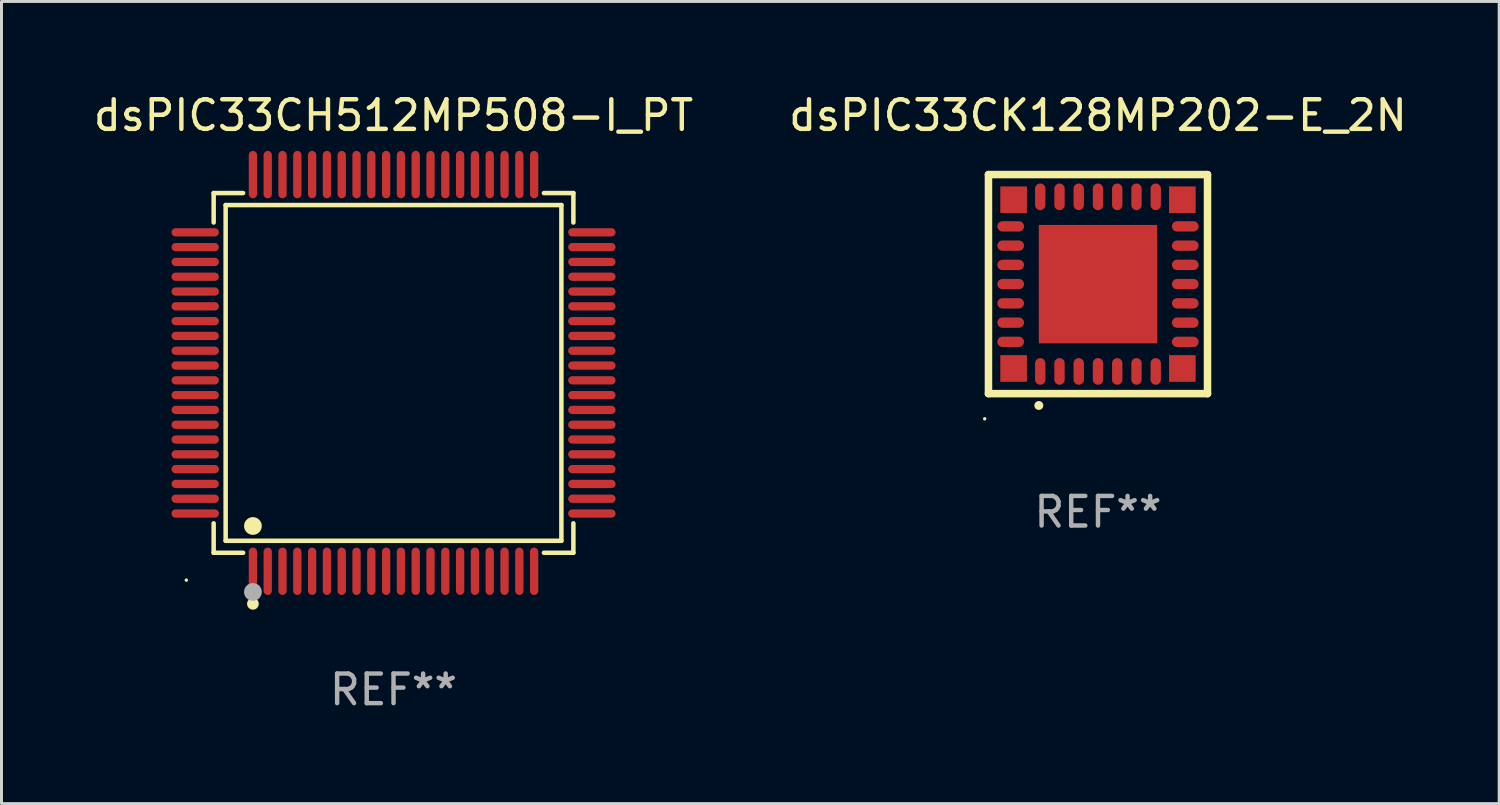
<source format=kicad_pcb>
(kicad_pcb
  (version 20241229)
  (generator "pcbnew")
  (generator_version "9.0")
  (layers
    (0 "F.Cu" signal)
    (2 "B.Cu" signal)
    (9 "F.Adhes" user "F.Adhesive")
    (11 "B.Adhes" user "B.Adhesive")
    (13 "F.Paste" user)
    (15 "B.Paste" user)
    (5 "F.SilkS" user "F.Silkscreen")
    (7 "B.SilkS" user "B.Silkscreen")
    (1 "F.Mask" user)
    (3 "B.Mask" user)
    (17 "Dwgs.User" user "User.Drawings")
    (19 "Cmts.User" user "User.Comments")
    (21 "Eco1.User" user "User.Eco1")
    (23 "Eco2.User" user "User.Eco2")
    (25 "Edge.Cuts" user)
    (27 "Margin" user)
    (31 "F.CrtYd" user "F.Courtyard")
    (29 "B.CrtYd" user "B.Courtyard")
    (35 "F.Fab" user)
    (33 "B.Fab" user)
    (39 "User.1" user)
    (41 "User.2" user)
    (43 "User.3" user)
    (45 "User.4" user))
  (footprint "dsPIC33CH512MP508-I_PT"
    (layer "F.Cu")
    (at 10.244 9.548)
    (property "Reference" "dsPIC33CH512MP508-I_PT" (at 0 -8.7 0) (layer "F.SilkS") (effects (font (size 1 1) (thickness 0.15))))
    (attr through_hole)
    (fp_line (start -6.076 -6.076) (end -5.081 -6.076) (stroke (width 0.152) (type solid)) (layer "F.SilkS"))
    (fp_line (start -6.076 -5.081) (end -6.076 -6.076) (stroke (width 0.152) (type solid)) (layer "F.SilkS"))
    (fp_line (start -6.076 5.081) (end -6.076 6.076) (stroke (width 0.152) (type solid)) (layer "F.SilkS"))
    (fp_line (start -6.076 6.076) (end -5.081 6.076) (stroke (width 0.152) (type solid)) (layer "F.SilkS"))
    (fp_line (start -5.671 -5.671) (end 5.671 -5.671) (stroke (width 0.152) (type solid)) (layer "F.SilkS"))
    (fp_line (start -5.671 5.671) (end -5.671 -5.671) (stroke (width 0.152) (type solid)) (layer "F.SilkS"))
    (fp_line (start 5.671 -5.671) (end 5.671 5.671) (stroke (width 0.152) (type solid)) (layer "F.SilkS"))
    (fp_line (start 5.671 5.671) (end -5.671 5.671) (stroke (width 0.152) (type solid)) (layer "F.SilkS"))
    (fp_line (start 6.076 -6.076) (end 5.081 -6.076) (stroke (width 0.152) (type solid)) (layer "F.SilkS"))
    (fp_line (start 6.076 -5.081) (end 6.076 -6.076) (stroke (width 0.152) (type solid)) (layer "F.SilkS"))
    (fp_line (start 6.076 5.081) (end 6.076 6.076) (stroke (width 0.152) (type solid)) (layer "F.SilkS"))
    (fp_line (start 6.076 6.076) (end 5.081 6.076) (stroke (width 0.152) (type solid)) (layer "F.SilkS"))
    (fp_circle (center -7 7) (end -6.97 7) (stroke (width 0.06) (type solid)) (fill no) (layer "F.SilkS"))
    (fp_circle (center -4.75 5.171) (end -4.6 5.171) (stroke (width 0.3) (type solid)) (fill no) (layer "F.SilkS"))
    (fp_circle (center -4.75 7.8) (end -4.65 7.8) (stroke (width 0.2) (type solid)) (fill no) (layer "F.SilkS"))
    (fp_circle (center -4.75 7.4) (end -4.6 7.4) (stroke (width 0.3) (type solid)) (fill no) (layer "F.Fab"))
    (fp_text user "REF**" (at 0 10.7 0) (layer "F.Fab") (effects (font (size 1 1) (thickness 0.15))))
    (pad "1" smd oval (at -4.75 6.7) (size 0.28 1.6) (layers "F.Cu" "F.Mask" "F.Paste"))
    (pad "2" smd oval (at -4.25 6.7) (size 0.28 1.6) (layers "F.Cu" "F.Mask" "F.Paste"))
    (pad "3" smd oval (at -3.75 6.7) (size 0.28 1.6) (layers "F.Cu" "F.Mask" "F.Paste"))
    (pad "4" smd oval (at -3.25 6.7) (size 0.28 1.6) (layers "F.Cu" "F.Mask" "F.Paste"))
    (pad "5" smd oval (at -2.75 6.7) (size 0.28 1.6) (layers "F.Cu" "F.Mask" "F.Paste"))
    (pad "6" smd oval (at -2.25 6.7) (size 0.28 1.6) (layers "F.Cu" "F.Mask" "F.Paste"))
    (pad "7" smd oval (at -1.75 6.7) (size 0.28 1.6) (layers "F.Cu" "F.Mask" "F.Paste"))
    (pad "8" smd oval (at -1.25 6.7) (size 0.28 1.6) (layers "F.Cu" "F.Mask" "F.Paste"))
    (pad "9" smd oval (at -0.75 6.7) (size 0.28 1.6) (layers "F.Cu" "F.Mask" "F.Paste"))
    (pad "10" smd oval (at -0.25 6.7) (size 0.28 1.6) (layers "F.Cu" "F.Mask" "F.Paste"))
    (pad "11" smd oval (at 0.25 6.7) (size 0.28 1.6) (layers "F.Cu" "F.Mask" "F.Paste"))
    (pad "12" smd oval (at 0.75 6.7) (size 0.28 1.6) (layers "F.Cu" "F.Mask" "F.Paste"))
    (pad "13" smd oval (at 1.25 6.7) (size 0.28 1.6) (layers "F.Cu" "F.Mask" "F.Paste"))
    (pad "14" smd oval (at 1.75 6.7) (size 0.28 1.6) (layers "F.Cu" "F.Mask" "F.Paste"))
    (pad "15" smd oval (at 2.25 6.7) (size 0.28 1.6) (layers "F.Cu" "F.Mask" "F.Paste"))
    (pad "16" smd oval (at 2.75 6.7) (size 0.28 1.6) (layers "F.Cu" "F.Mask" "F.Paste"))
    (pad "17" smd oval (at 3.25 6.7) (size 0.28 1.6) (layers "F.Cu" "F.Mask" "F.Paste"))
    (pad "18" smd oval (at 3.75 6.7) (size 0.28 1.6) (layers "F.Cu" "F.Mask" "F.Paste"))
    (pad "19" smd oval (at 4.25 6.7) (size 0.28 1.6) (layers "F.Cu" "F.Mask" "F.Paste"))
    (pad "20" smd oval (at 4.75 6.7) (size 0.28 1.6) (layers "F.Cu" "F.Mask" "F.Paste"))
    (pad "21" smd oval (at 6.7 4.75) (size 1.6 0.28) (layers "F.Cu" "F.Mask" "F.Paste"))
    (pad "22" smd oval (at 6.7 4.25) (size 1.6 0.28) (layers "F.Cu" "F.Mask" "F.Paste"))
    (pad "23" smd oval (at 6.7 3.75) (size 1.6 0.28) (layers "F.Cu" "F.Mask" "F.Paste"))
    (pad "24" smd oval (at 6.7 3.25) (size 1.6 0.28) (layers "F.Cu" "F.Mask" "F.Paste"))
    (pad "25" smd oval (at 6.7 2.75) (size 1.6 0.28) (layers "F.Cu" "F.Mask" "F.Paste"))
    (pad "26" smd oval (at 6.7 2.25) (size 1.6 0.28) (layers "F.Cu" "F.Mask" "F.Paste"))
    (pad "27" smd oval (at 6.7 1.75) (size 1.6 0.28) (layers "F.Cu" "F.Mask" "F.Paste"))
    (pad "28" smd oval (at 6.7 1.25) (size 1.6 0.28) (layers "F.Cu" "F.Mask" "F.Paste"))
    (pad "29" smd oval (at 6.7 0.75) (size 1.6 0.28) (layers "F.Cu" "F.Mask" "F.Paste"))
    (pad "30" smd oval (at 6.7 0.25) (size 1.6 0.28) (layers "F.Cu" "F.Mask" "F.Paste"))
    (pad "31" smd oval (at 6.7 -0.25) (size 1.6 0.28) (layers "F.Cu" "F.Mask" "F.Paste"))
    (pad "32" smd oval (at 6.7 -0.75) (size 1.6 0.28) (layers "F.Cu" "F.Mask" "F.Paste"))
    (pad "33" smd oval (at 6.7 -1.25) (size 1.6 0.28) (layers "F.Cu" "F.Mask" "F.Paste"))
    (pad "34" smd oval (at 6.7 -1.75) (size 1.6 0.28) (layers "F.Cu" "F.Mask" "F.Paste"))
    (pad "35" smd oval (at 6.7 -2.25) (size 1.6 0.28) (layers "F.Cu" "F.Mask" "F.Paste"))
    (pad "36" smd oval (at 6.7 -2.75) (size 1.6 0.28) (layers "F.Cu" "F.Mask" "F.Paste"))
    (pad "37" smd oval (at 6.7 -3.25) (size 1.6 0.28) (layers "F.Cu" "F.Mask" "F.Paste"))
    (pad "38" smd oval (at 6.7 -3.75) (size 1.6 0.28) (layers "F.Cu" "F.Mask" "F.Paste"))
    (pad "39" smd oval (at 6.7 -4.25) (size 1.6 0.28) (layers "F.Cu" "F.Mask" "F.Paste"))
    (pad "40" smd oval (at 6.7 -4.75) (size 1.6 0.28) (layers "F.Cu" "F.Mask" "F.Paste"))
    (pad "41" smd oval (at 4.75 -6.7) (size 0.28 1.6) (layers "F.Cu" "F.Mask" "F.Paste"))
    (pad "42" smd oval (at 4.25 -6.7) (size 0.28 1.6) (layers "F.Cu" "F.Mask" "F.Paste"))
    (pad "43" smd oval (at 3.75 -6.7) (size 0.28 1.6) (layers "F.Cu" "F.Mask" "F.Paste"))
    (pad "44" smd oval (at 3.25 -6.7) (size 0.28 1.6) (layers "F.Cu" "F.Mask" "F.Paste"))
    (pad "45" smd oval (at 2.75 -6.7) (size 0.28 1.6) (layers "F.Cu" "F.Mask" "F.Paste"))
    (pad "46" smd oval (at 2.25 -6.7) (size 0.28 1.6) (layers "F.Cu" "F.Mask" "F.Paste"))
    (pad "47" smd oval (at 1.75 -6.7) (size 0.28 1.6) (layers "F.Cu" "F.Mask" "F.Paste"))
    (pad "48" smd oval (at 1.25 -6.7) (size 0.28 1.6) (layers "F.Cu" "F.Mask" "F.Paste"))
    (pad "49" smd oval (at 0.75 -6.7) (size 0.28 1.6) (layers "F.Cu" "F.Mask" "F.Paste"))
    (pad "50" smd oval (at 0.25 -6.7) (size 0.28 1.6) (layers "F.Cu" "F.Mask" "F.Paste"))
    (pad "51" smd oval (at -0.25 -6.7) (size 0.28 1.6) (layers "F.Cu" "F.Mask" "F.Paste"))
    (pad "52" smd oval (at -0.75 -6.7) (size 0.28 1.6) (layers "F.Cu" "F.Mask" "F.Paste"))
    (pad "53" smd oval (at -1.25 -6.7) (size 0.28 1.6) (layers "F.Cu" "F.Mask" "F.Paste"))
    (pad "54" smd oval (at -1.75 -6.7) (size 0.28 1.6) (layers "F.Cu" "F.Mask" "F.Paste"))
    (pad "55" smd oval (at -2.25 -6.7) (size 0.28 1.6) (layers "F.Cu" "F.Mask" "F.Paste"))
    (pad "56" smd oval (at -2.75 -6.7) (size 0.28 1.6) (layers "F.Cu" "F.Mask" "F.Paste"))
    (pad "57" smd oval (at -3.25 -6.7) (size 0.28 1.6) (layers "F.Cu" "F.Mask" "F.Paste"))
    (pad "58" smd oval (at -3.75 -6.7) (size 0.28 1.6) (layers "F.Cu" "F.Mask" "F.Paste"))
    (pad "59" smd oval (at -4.25 -6.7) (size 0.28 1.6) (layers "F.Cu" "F.Mask" "F.Paste"))
    (pad "60" smd oval (at -4.75 -6.7) (size 0.28 1.6) (layers "F.Cu" "F.Mask" "F.Paste"))
    (pad "61" smd oval (at -6.7 -4.75) (size 1.6 0.28) (layers "F.Cu" "F.Mask" "F.Paste"))
    (pad "62" smd oval (at -6.7 -4.25) (size 1.6 0.28) (layers "F.Cu" "F.Mask" "F.Paste"))
    (pad "63" smd oval (at -6.7 -3.75) (size 1.6 0.28) (layers "F.Cu" "F.Mask" "F.Paste"))
    (pad "64" smd oval (at -6.7 -3.25) (size 1.6 0.28) (layers "F.Cu" "F.Mask" "F.Paste"))
    (pad "65" smd oval (at -6.7 -2.75) (size 1.6 0.28) (layers "F.Cu" "F.Mask" "F.Paste"))
    (pad "66" smd oval (at -6.7 -2.25) (size 1.6 0.28) (layers "F.Cu" "F.Mask" "F.Paste"))
    (pad "67" smd oval (at -6.7 -1.75) (size 1.6 0.28) (layers "F.Cu" "F.Mask" "F.Paste"))
    (pad "68" smd oval (at -6.7 -1.25) (size 1.6 0.28) (layers "F.Cu" "F.Mask" "F.Paste"))
    (pad "69" smd oval (at -6.7 -0.75) (size 1.6 0.28) (layers "F.Cu" "F.Mask" "F.Paste"))
    (pad "70" smd oval (at -6.7 -0.25) (size 1.6 0.28) (layers "F.Cu" "F.Mask" "F.Paste"))
    (pad "71" smd oval (at -6.7 0.25) (size 1.6 0.28) (layers "F.Cu" "F.Mask" "F.Paste"))
    (pad "72" smd oval (at -6.7 0.75) (size 1.6 0.28) (layers "F.Cu" "F.Mask" "F.Paste"))
    (pad "73" smd oval (at -6.7 1.25) (size 1.6 0.28) (layers "F.Cu" "F.Mask" "F.Paste"))
    (pad "74" smd oval (at -6.7 1.75) (size 1.6 0.28) (layers "F.Cu" "F.Mask" "F.Paste"))
    (pad "75" smd oval (at -6.7 2.25) (size 1.6 0.28) (layers "F.Cu" "F.Mask" "F.Paste"))
    (pad "76" smd oval (at -6.7 2.75) (size 1.6 0.28) (layers "F.Cu" "F.Mask" "F.Paste"))
    (pad "77" smd oval (at -6.7 3.25) (size 1.6 0.28) (layers "F.Cu" "F.Mask" "F.Paste"))
    (pad "78" smd oval (at -6.7 3.75) (size 1.6 0.28) (layers "F.Cu" "F.Mask" "F.Paste"))
    (pad "79" smd oval (at -6.7 4.25) (size 1.6 0.28) (layers "F.Cu" "F.Mask" "F.Paste"))
    (pad "80" smd oval (at -6.7 4.75) (size 1.6 0.28) (layers "F.Cu" "F.Mask" "F.Paste")))
  (footprint "dsPIC33CK128MP202-E_2N"
    (layer "F.Cu")
    (at 34.042 6.548)
    (property "Reference" "dsPIC33CK128MP202-E_2N" (at 0 -5.7 0) (layer "F.SilkS") (effects (font (size 1 1) (thickness 0.15))))
    (attr through_hole)
    (fp_line (start -3.7 -3.7) (end 3.7 -3.7) (stroke (width 0.254) (type solid)) (layer "F.SilkS"))
    (fp_line (start -3.7 3.7) (end -3.7 -3.7) (stroke (width 0.254) (type solid)) (layer "F.SilkS"))
    (fp_line (start 3.7 -3.7) (end 3.7 3.7) (stroke (width 0.254) (type solid)) (layer "F.SilkS"))
    (fp_line (start 3.7 3.7) (end -3.7 3.7) (stroke (width 0.254) (type solid)) (layer "F.SilkS"))
    (fp_arc (start -2 4.1) (mid -1.99873 4.099995) (end -1.99746 4.1) (stroke (width 0.3) (type solid)) (layer "F.SilkS"))
    (fp_circle (center -3.827 4.55) (end -3.797 4.55) (stroke (width 0.06) (type solid)) (fill no) (layer "F.SilkS"))
    (fp_text user "REF**" (at 0 7.7 0) (layer "F.Fab") (effects (font (size 1 1) (thickness 0.15))))
    (pad "1" smd oval (at -1.951 2.949 180) (size 0.35 0.9) (layers "F.Cu" "F.Mask" "F.Paste"))
    (pad "2" smd oval (at -1.3 2.949 180) (size 0.35 0.9) (layers "F.Cu" "F.Mask" "F.Paste"))
    (pad "3" smd oval (at -0.65 2.949 180) (size 0.35 0.9) (layers "F.Cu" "F.Mask" "F.Paste"))
    (pad "4" smd oval (at 0.000051 2.949 180) (size 0.35 0.9) (layers "F.Cu" "F.Mask" "F.Paste"))
    (pad "5" smd oval (at 0.65 2.949 180) (size 0.35 0.9) (layers "F.Cu" "F.Mask" "F.Paste"))
    (pad "6" smd oval (at 1.301 2.949 180) (size 0.35 0.9) (layers "F.Cu" "F.Mask" "F.Paste"))
    (pad "7" smd oval (at 1.951 2.949 180) (size 0.35 0.9) (layers "F.Cu" "F.Mask" "F.Paste"))
    (pad "8" smd oval (at 2.949 1.951 90) (size 0.35 0.9) (layers "F.Cu" "F.Mask" "F.Paste"))
    (pad "9" smd oval (at 2.949 1.301 90) (size 0.35 0.9) (layers "F.Cu" "F.Mask" "F.Paste"))
    (pad "10" smd oval (at 2.949 0.65 90) (size 0.35 0.9) (layers "F.Cu" "F.Mask" "F.Paste"))
    (pad "11" smd oval (at 2.949 0.000051 90) (size 0.35 0.9) (layers "F.Cu" "F.Mask" "F.Paste"))
    (pad "12" smd oval (at 2.949 -0.65 90) (size 0.35 0.9) (layers "F.Cu" "F.Mask" "F.Paste"))
    (pad "13" smd oval (at 2.949 -1.3 90) (size 0.35 0.9) (layers "F.Cu" "F.Mask" "F.Paste"))
    (pad "14" smd oval (at 2.949 -1.951 90) (size 0.35 0.9) (layers "F.Cu" "F.Mask" "F.Paste"))
    (pad "15" smd oval (at 1.951 -2.949 180) (size 0.35 0.9) (layers "F.Cu" "F.Mask" "F.Paste"))
    (pad "16" smd oval (at 1.301 -2.949 180) (size 0.35 0.9) (layers "F.Cu" "F.Mask" "F.Paste"))
    (pad "17" smd oval (at 0.65 -2.949 180) (size 0.35 0.9) (layers "F.Cu" "F.Mask" "F.Paste"))
    (pad "18" smd oval (at 0.000051 -2.949 180) (size 0.35 0.9) (layers "F.Cu" "F.Mask" "F.Paste"))
    (pad "19" smd oval (at -0.65 -2.949 180) (size 0.35 0.9) (layers "F.Cu" "F.Mask" "F.Paste"))
    (pad "20" smd oval (at -1.3 -2.949 180) (size 0.35 0.9) (layers "F.Cu" "F.Mask" "F.Paste"))
    (pad "21" smd oval (at -1.951 -2.949 180) (size 0.35 0.9) (layers "F.Cu" "F.Mask" "F.Paste"))
    (pad "22" smd oval (at -2.949 -1.951 90) (size 0.35 0.9) (layers "F.Cu" "F.Mask" "F.Paste"))
    (pad "23" smd oval (at -2.949 -1.3 90) (size 0.35 0.9) (layers "F.Cu" "F.Mask" "F.Paste"))
    (pad "24" smd oval (at -2.949 -0.65 90) (size 0.35 0.9) (layers "F.Cu" "F.Mask" "F.Paste"))
    (pad "25" smd oval (at -2.949 0.000051 90) (size 0.35 0.9) (layers "F.Cu" "F.Mask" "F.Paste"))
    (pad "26" smd oval (at -2.949 0.65 90) (size 0.35 0.9) (layers "F.Cu" "F.Mask" "F.Paste"))
    (pad "27" smd oval (at -2.949 1.301 90) (size 0.35 0.9) (layers "F.Cu" "F.Mask" "F.Paste"))
    (pad "28" smd oval (at -2.949 1.951 90) (size 0.35 0.9) (layers "F.Cu" "F.Mask" "F.Paste"))
    (pad "29" smd rect (at -2.85 -2.85 90) (size 0.9 0.9) (layers "F.Cu" "F.Mask" "F.Paste"))
    (pad "29" smd rect (at -2.85 2.85 90) (size 0.9 0.9) (layers "F.Cu" "F.Mask" "F.Paste"))
    (pad "29" smd rect (at 0.000051 0.000051 90) (size 4 4) (layers "F.Cu" "F.Mask" "F.Paste"))
    (pad "29" smd rect (at 2.85 -2.85 90) (size 0.9 0.9) (layers "F.Cu" "F.Mask" "F.Paste"))
    (pad "29" smd rect (at 2.85 2.85 90) (size 0.9 0.9) (layers "F.Cu" "F.Mask" "F.Paste")))
  (gr_rect
    (start -3 -3)
    (end 47.595 24.097)
    (stroke (width 0.1) (type default))
    (fill no)
    (layer "Edge.Cuts")))
</source>
